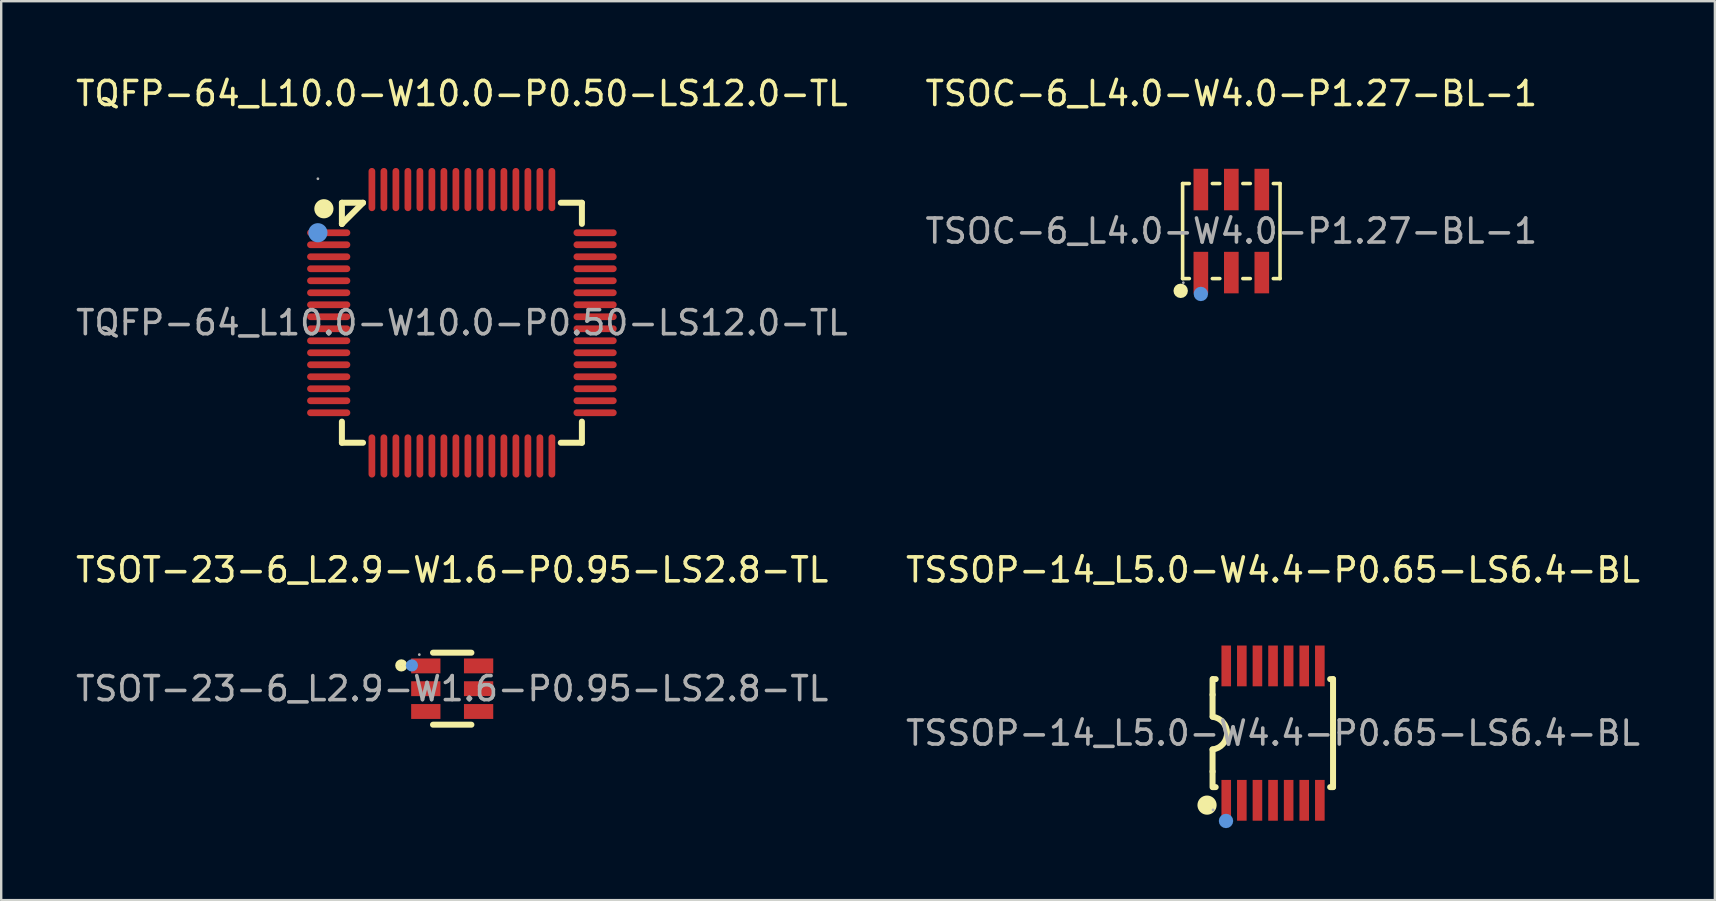
<source format=kicad_pcb>
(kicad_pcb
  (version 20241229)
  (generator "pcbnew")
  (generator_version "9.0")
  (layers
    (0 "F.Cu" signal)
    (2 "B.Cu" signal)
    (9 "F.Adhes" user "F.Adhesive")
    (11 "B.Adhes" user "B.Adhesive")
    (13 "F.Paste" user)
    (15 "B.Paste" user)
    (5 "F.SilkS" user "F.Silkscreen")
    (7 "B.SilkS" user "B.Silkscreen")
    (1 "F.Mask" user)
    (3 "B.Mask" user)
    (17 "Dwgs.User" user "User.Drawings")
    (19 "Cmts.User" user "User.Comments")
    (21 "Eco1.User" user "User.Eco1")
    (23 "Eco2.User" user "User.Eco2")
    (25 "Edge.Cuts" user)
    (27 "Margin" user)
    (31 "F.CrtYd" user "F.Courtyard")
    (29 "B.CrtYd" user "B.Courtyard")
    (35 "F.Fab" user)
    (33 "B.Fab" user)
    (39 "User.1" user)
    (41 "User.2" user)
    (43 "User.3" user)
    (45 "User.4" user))
  (footprint "TSOT-23-6_L2.9-W1.6-P0.95-LS2.8-TL"
    (layer "F.Cu")
    (at 15.792 25.646)
    (property "Reference" "TSOT-23-6_L2.9-W1.6-P0.95-LS2.8-TL" (at 0 -4.95 0) (layer "F.SilkS") (effects (font (size 1 1) (thickness 0.15))))
    (attr through_hole)
    (fp_line (start -0.8 -1.5) (end 0.8 -1.5) (stroke (width 0.25) (type solid)) (layer "F.SilkS"))
    (fp_line (start 0.8 1.5) (end -0.8 1.5) (stroke (width 0.25) (type solid)) (layer "F.SilkS"))
    (fp_circle (center -2.12 -0.97) (end -1.99 -0.97) (stroke (width 0.25) (type solid)) (fill no) (layer "F.SilkS"))
    (fp_circle (center -1.68 -0.97) (end -1.55 -0.97) (stroke (width 0.25) (type solid)) (fill no) (layer "Cmts.User"))
    (fp_circle (center -1.37 -1.42) (end -1.34 -1.42) (stroke (width 0.06) (type solid)) (fill no) (layer "F.Fab"))
    (fp_text user "${REFERENCE}" (at 0 0 0) (layer "F.Fab") (effects (font (size 1 1) (thickness 0.15))))
    (pad "1" smd rect (at -1.1 -0.95 180) (size 1.22 0.62) (layers "F.Cu" "F.Mask" "F.Paste"))
    (pad "2" smd rect (at -1.1 0 180) (size 1.22 0.62) (layers "F.Cu" "F.Mask" "F.Paste"))
    (pad "3" smd rect (at -1.1 0.95 180) (size 1.22 0.62) (layers "F.Cu" "F.Mask" "F.Paste"))
    (pad "4" smd rect (at 1.1 0.95) (size 1.22 0.62) (layers "F.Cu" "F.Mask" "F.Paste"))
    (pad "5" smd rect (at 1.1 0) (size 1.22 0.62) (layers "F.Cu" "F.Mask" "F.Paste"))
    (pad "6" smd rect (at 1.1 -0.95) (size 1.22 0.62) (layers "F.Cu" "F.Mask" "F.Paste")))
  (footprint "TSSOP-14_L5.0-W4.4-P0.65-LS6.4-BL"
    (layer "F.Cu")
    (at 49.994 27.497)
    (property "Reference" "TSSOP-14_L5.0-W4.4-P0.65-LS6.4-BL" (at 0 -6.8 0) (layer "F.SilkS") (effects (font (size 1 1) (thickness 0.15))))
    (attr through_hole)
    (fp_line (start -2.52 -1.6) (end -2.52 -2.25) (stroke (width 0.25) (type solid)) (layer "F.SilkS"))
    (fp_line (start -2.52 -0.69) (end -2.52 -1.6) (stroke (width 0.25) (type solid)) (layer "F.SilkS"))
    (fp_line (start -2.52 1.6) (end -2.52 0.68) (stroke (width 0.25) (type solid)) (layer "F.SilkS"))
    (fp_line (start -2.52 1.6) (end -2.52 2.25) (stroke (width 0.25) (type solid)) (layer "F.SilkS"))
    (fp_line (start -2.5 -2.25) (end -2.39 -2.25) (stroke (width 0.25) (type solid)) (layer "F.SilkS"))
    (fp_line (start -2.39 2.25) (end -2.5 2.25) (stroke (width 0.25) (type solid)) (layer "F.SilkS"))
    (fp_line (start 2.38 -2.25) (end 2.5 -2.25) (stroke (width 0.25) (type solid)) (layer "F.SilkS"))
    (fp_line (start 2.5 -2.25) (end 2.5 2.25) (stroke (width 0.25) (type solid)) (layer "F.SilkS"))
    (fp_line (start 2.5 2.25) (end 2.38 2.25) (stroke (width 0.25) (type solid)) (layer "F.SilkS"))
    (fp_arc (start -2.515488 -0.679454) (mid -1.915314 0.002272) (end -2.52 0.68) (stroke (width 0.25) (type solid)) (layer "F.SilkS"))
    (fp_circle (center -2.75 3) (end -2.55 3) (stroke (width 0.4) (type solid)) (fill no) (layer "F.SilkS"))
    (fp_circle (center -1.96 3.66) (end -1.81 3.66) (stroke (width 0.3) (type solid)) (fill no) (layer "Cmts.User"))
    (fp_circle (center -2.5 3.2) (end -2.47 3.2) (stroke (width 0.06) (type solid)) (fill no) (layer "F.Fab"))
    (fp_text user "${REFERENCE}" (at 0 0 0) (layer "F.Fab") (effects (font (size 1 1) (thickness 0.15))))
    (pad "1" smd rect (at -1.95 2.8) (size 0.4 1.7) (layers "F.Cu" "F.Mask" "F.Paste"))
    (pad "2" smd rect (at -1.3 2.8) (size 0.4 1.7) (layers "F.Cu" "F.Mask" "F.Paste"))
    (pad "3" smd rect (at -0.65 2.8) (size 0.4 1.7) (layers "F.Cu" "F.Mask" "F.Paste"))
    (pad "4" smd rect (at 0 2.8) (size 0.4 1.7) (layers "F.Cu" "F.Mask" "F.Paste"))
    (pad "5" smd rect (at 0.65 2.8) (size 0.4 1.7) (layers "F.Cu" "F.Mask" "F.Paste"))
    (pad "6" smd rect (at 1.3 2.8) (size 0.4 1.7) (layers "F.Cu" "F.Mask" "F.Paste"))
    (pad "7" smd rect (at 1.95 2.8) (size 0.4 1.7) (layers "F.Cu" "F.Mask" "F.Paste"))
    (pad "8" smd rect (at 1.95 -2.8) (size 0.4 1.7) (layers "F.Cu" "F.Mask" "F.Paste"))
    (pad "9" smd rect (at 1.3 -2.8) (size 0.4 1.7) (layers "F.Cu" "F.Mask" "F.Paste"))
    (pad "10" smd rect (at 0.65 -2.8) (size 0.4 1.7) (layers "F.Cu" "F.Mask" "F.Paste"))
    (pad "11" smd rect (at 0 -2.8) (size 0.4 1.7) (layers "F.Cu" "F.Mask" "F.Paste"))
    (pad "12" smd rect (at -0.65 -2.8) (size 0.4 1.7) (layers "F.Cu" "F.Mask" "F.Paste"))
    (pad "13" smd rect (at -1.3 -2.8) (size 0.4 1.7) (layers "F.Cu" "F.Mask" "F.Paste"))
    (pad "14" smd rect (at -1.95 -2.8) (size 0.4 1.7) (layers "F.Cu" "F.Mask" "F.Paste")))
  (footprint "TQFP-64_L10.0-W10.0-P0.50-LS12.0-TL"
    (layer "F.Cu")
    (at 16.196 10.398)
    (property "Reference" "TQFP-64_L10.0-W10.0-P0.50-LS12.0-TL" (at 0 -9.55 0) (layer "F.SilkS") (effects (font (size 1 1) (thickness 0.15))))
    (attr through_hole)
    (fp_line (start -5 -5) (end -4.12 -5) (stroke (width 0.25) (type solid)) (layer "F.SilkS"))
    (fp_line (start -5 -4.12) (end -5 -5) (stroke (width 0.25) (type solid)) (layer "F.SilkS"))
    (fp_line (start -5 -4.12) (end -5 -4.12) (stroke (width 0.25) (type solid)) (layer "F.SilkS"))
    (fp_line (start -5 -4.12) (end -4.12 -5) (stroke (width 0.25) (type solid)) (layer "F.SilkS"))
    (fp_line (start -5 5) (end -5 4.12) (stroke (width 0.25) (type solid)) (layer "F.SilkS"))
    (fp_line (start -4.12 5) (end -5 5) (stroke (width 0.25) (type solid)) (layer "F.SilkS"))
    (fp_line (start 4.12 -5) (end 5 -5) (stroke (width 0.25) (type solid)) (layer "F.SilkS"))
    (fp_line (start 5 -5) (end 5 -4.12) (stroke (width 0.25) (type solid)) (layer "F.SilkS"))
    (fp_line (start 5 4.12) (end 5 5) (stroke (width 0.25) (type solid)) (layer "F.SilkS"))
    (fp_line (start 5 5) (end 4.12 5) (stroke (width 0.25) (type solid)) (layer "F.SilkS"))
    (fp_circle (center -5.75 -4.75) (end -5.55 -4.75) (stroke (width 0.4) (type solid)) (fill no) (layer "F.SilkS"))
    (fp_circle (center -6 -3.75) (end -5.8 -3.75) (stroke (width 0.4) (type solid)) (fill no) (layer "Cmts.User"))
    (fp_circle (center -6 -6) (end -5.97 -6) (stroke (width 0.06) (type solid)) (fill no) (layer "F.Fab"))
    (fp_text user "${REFERENCE}" (at 0 0 0) (layer "F.Fab") (effects (font (size 1 1) (thickness 0.15))))
    (pad "1" smd oval (at -5.55 -3.75 90) (size 0.28 1.8) (layers "F.Cu" "F.Mask" "F.Paste"))
    (pad "2" smd oval (at -5.55 -3.25 90) (size 0.28 1.8) (layers "F.Cu" "F.Mask" "F.Paste"))
    (pad "3" smd oval (at -5.55 -2.75 90) (size 0.28 1.8) (layers "F.Cu" "F.Mask" "F.Paste"))
    (pad "4" smd oval (at -5.55 -2.25 90) (size 0.28 1.8) (layers "F.Cu" "F.Mask" "F.Paste"))
    (pad "5" smd oval (at -5.55 -1.75 90) (size 0.28 1.8) (layers "F.Cu" "F.Mask" "F.Paste"))
    (pad "6" smd oval (at -5.55 -1.25 90) (size 0.28 1.8) (layers "F.Cu" "F.Mask" "F.Paste"))
    (pad "7" smd oval (at -5.55 -0.75 90) (size 0.28 1.8) (layers "F.Cu" "F.Mask" "F.Paste"))
    (pad "8" smd oval (at -5.55 -0.25 90) (size 0.28 1.8) (layers "F.Cu" "F.Mask" "F.Paste"))
    (pad "9" smd oval (at -5.55 0.25 90) (size 0.28 1.8) (layers "F.Cu" "F.Mask" "F.Paste"))
    (pad "10" smd oval (at -5.55 0.75 90) (size 0.28 1.8) (layers "F.Cu" "F.Mask" "F.Paste"))
    (pad "11" smd oval (at -5.55 1.25 90) (size 0.28 1.8) (layers "F.Cu" "F.Mask" "F.Paste"))
    (pad "12" smd oval (at -5.55 1.75 90) (size 0.28 1.8) (layers "F.Cu" "F.Mask" "F.Paste"))
    (pad "13" smd oval (at -5.55 2.25 90) (size 0.28 1.8) (layers "F.Cu" "F.Mask" "F.Paste"))
    (pad "14" smd oval (at -5.55 2.75 90) (size 0.28 1.8) (layers "F.Cu" "F.Mask" "F.Paste"))
    (pad "15" smd oval (at -5.55 3.25 90) (size 0.28 1.8) (layers "F.Cu" "F.Mask" "F.Paste"))
    (pad "16" smd oval (at -5.55 3.75 90) (size 0.28 1.8) (layers "F.Cu" "F.Mask" "F.Paste"))
    (pad "17" smd oval (at -3.75 5.55) (size 0.28 1.8) (layers "F.Cu" "F.Mask" "F.Paste"))
    (pad "18" smd oval (at -3.25 5.55) (size 0.28 1.8) (layers "F.Cu" "F.Mask" "F.Paste"))
    (pad "19" smd oval (at -2.75 5.55) (size 0.28 1.8) (layers "F.Cu" "F.Mask" "F.Paste"))
    (pad "20" smd oval (at -2.25 5.55) (size 0.28 1.8) (layers "F.Cu" "F.Mask" "F.Paste"))
    (pad "21" smd oval (at -1.75 5.55) (size 0.28 1.8) (layers "F.Cu" "F.Mask" "F.Paste"))
    (pad "22" smd oval (at -1.25 5.55) (size 0.28 1.8) (layers "F.Cu" "F.Mask" "F.Paste"))
    (pad "23" smd oval (at -0.75 5.55) (size 0.28 1.8) (layers "F.Cu" "F.Mask" "F.Paste"))
    (pad "24" smd oval (at -0.25 5.55) (size 0.28 1.8) (layers "F.Cu" "F.Mask" "F.Paste"))
    (pad "25" smd oval (at 0.25 5.55) (size 0.28 1.8) (layers "F.Cu" "F.Mask" "F.Paste"))
    (pad "26" smd oval (at 0.75 5.55) (size 0.28 1.8) (layers "F.Cu" "F.Mask" "F.Paste"))
    (pad "27" smd oval (at 1.25 5.55) (size 0.28 1.8) (layers "F.Cu" "F.Mask" "F.Paste"))
    (pad "28" smd oval (at 1.75 5.55) (size 0.28 1.8) (layers "F.Cu" "F.Mask" "F.Paste"))
    (pad "29" smd oval (at 2.25 5.55) (size 0.28 1.8) (layers "F.Cu" "F.Mask" "F.Paste"))
    (pad "30" smd oval (at 2.75 5.55) (size 0.28 1.8) (layers "F.Cu" "F.Mask" "F.Paste"))
    (pad "31" smd oval (at 3.25 5.55) (size 0.28 1.8) (layers "F.Cu" "F.Mask" "F.Paste"))
    (pad "32" smd oval (at 3.75 5.55) (size 0.28 1.8) (layers "F.Cu" "F.Mask" "F.Paste"))
    (pad "33" smd oval (at 5.55 3.75 90) (size 0.28 1.8) (layers "F.Cu" "F.Mask" "F.Paste"))
    (pad "34" smd oval (at 5.55 3.25 90) (size 0.28 1.8) (layers "F.Cu" "F.Mask" "F.Paste"))
    (pad "35" smd oval (at 5.55 2.75 90) (size 0.28 1.8) (layers "F.Cu" "F.Mask" "F.Paste"))
    (pad "36" smd oval (at 5.55 2.25 90) (size 0.28 1.8) (layers "F.Cu" "F.Mask" "F.Paste"))
    (pad "37" smd oval (at 5.55 1.75 90) (size 0.28 1.8) (layers "F.Cu" "F.Mask" "F.Paste"))
    (pad "38" smd oval (at 5.55 1.25 90) (size 0.28 1.8) (layers "F.Cu" "F.Mask" "F.Paste"))
    (pad "39" smd oval (at 5.55 0.75 90) (size 0.28 1.8) (layers "F.Cu" "F.Mask" "F.Paste"))
    (pad "40" smd oval (at 5.55 0.25 90) (size 0.28 1.8) (layers "F.Cu" "F.Mask" "F.Paste"))
    (pad "41" smd oval (at 5.55 -0.25 90) (size 0.28 1.8) (layers "F.Cu" "F.Mask" "F.Paste"))
    (pad "42" smd oval (at 5.55 -0.75 90) (size 0.28 1.8) (layers "F.Cu" "F.Mask" "F.Paste"))
    (pad "43" smd oval (at 5.55 -1.25 90) (size 0.28 1.8) (layers "F.Cu" "F.Mask" "F.Paste"))
    (pad "44" smd oval (at 5.55 -1.75 90) (size 0.28 1.8) (layers "F.Cu" "F.Mask" "F.Paste"))
    (pad "45" smd oval (at 5.55 -2.25 90) (size 0.28 1.8) (layers "F.Cu" "F.Mask" "F.Paste"))
    (pad "46" smd oval (at 5.55 -2.75 90) (size 0.28 1.8) (layers "F.Cu" "F.Mask" "F.Paste"))
    (pad "47" smd oval (at 5.55 -3.25 90) (size 0.28 1.8) (layers "F.Cu" "F.Mask" "F.Paste"))
    (pad "48" smd oval (at 5.55 -3.75 90) (size 0.28 1.8) (layers "F.Cu" "F.Mask" "F.Paste"))
    (pad "49" smd oval (at 3.75 -5.55) (size 0.28 1.8) (layers "F.Cu" "F.Mask" "F.Paste"))
    (pad "50" smd oval (at 3.25 -5.55) (size 0.28 1.8) (layers "F.Cu" "F.Mask" "F.Paste"))
    (pad "51" smd oval (at 2.75 -5.55) (size 0.28 1.8) (layers "F.Cu" "F.Mask" "F.Paste"))
    (pad "52" smd oval (at 2.25 -5.55) (size 0.28 1.8) (layers "F.Cu" "F.Mask" "F.Paste"))
    (pad "53" smd oval (at 1.75 -5.55) (size 0.28 1.8) (layers "F.Cu" "F.Mask" "F.Paste"))
    (pad "54" smd oval (at 1.25 -5.55) (size 0.28 1.8) (layers "F.Cu" "F.Mask" "F.Paste"))
    (pad "55" smd oval (at 0.75 -5.55) (size 0.28 1.8) (layers "F.Cu" "F.Mask" "F.Paste"))
    (pad "56" smd oval (at 0.25 -5.55) (size 0.28 1.8) (layers "F.Cu" "F.Mask" "F.Paste"))
    (pad "57" smd oval (at -0.25 -5.55) (size 0.28 1.8) (layers "F.Cu" "F.Mask" "F.Paste"))
    (pad "58" smd oval (at -0.75 -5.55) (size 0.28 1.8) (layers "F.Cu" "F.Mask" "F.Paste"))
    (pad "59" smd oval (at -1.25 -5.55) (size 0.28 1.8) (layers "F.Cu" "F.Mask" "F.Paste"))
    (pad "60" smd oval (at -1.75 -5.55) (size 0.28 1.8) (layers "F.Cu" "F.Mask" "F.Paste"))
    (pad "61" smd oval (at -2.25 -5.55) (size 0.28 1.8) (layers "F.Cu" "F.Mask" "F.Paste"))
    (pad "62" smd oval (at -2.75 -5.55) (size 0.28 1.8) (layers "F.Cu" "F.Mask" "F.Paste"))
    (pad "63" smd oval (at -3.25 -5.55) (size 0.28 1.8) (layers "F.Cu" "F.Mask" "F.Paste"))
    (pad "64" smd oval (at -3.75 -5.55) (size 0.28 1.8) (layers "F.Cu" "F.Mask" "F.Paste")))
  (footprint "TSOC-6_L4.0-W4.0-P1.27-BL-1"
    (layer "F.Cu")
    (at 48.256 6.578)
    (property "Reference" "TSOC-6_L4.0-W4.0-P1.27-BL-1" (at 0 -5.73 0) (layer "F.SilkS") (effects (font (size 1 1) (thickness 0.15))))
    (attr through_hole)
    (fp_line (start -2.03 -1.98) (end -2.03 1.98) (stroke (width 0.15) (type solid)) (layer "F.SilkS"))
    (fp_line (start -2.03 -1.98) (end -1.75 -1.98) (stroke (width 0.15) (type solid)) (layer "F.SilkS"))
    (fp_line (start -2.03 1.98) (end -1.75 1.98) (stroke (width 0.15) (type solid)) (layer "F.SilkS"))
    (fp_line (start -0.79 -1.98) (end -0.48 -1.98) (stroke (width 0.15) (type solid)) (layer "F.SilkS"))
    (fp_line (start -0.79 1.98) (end -0.48 1.98) (stroke (width 0.15) (type solid)) (layer "F.SilkS"))
    (fp_line (start 0.48 -1.98) (end 0.79 -1.98) (stroke (width 0.15) (type solid)) (layer "F.SilkS"))
    (fp_line (start 0.48 1.98) (end 0.79 1.98) (stroke (width 0.15) (type solid)) (layer "F.SilkS"))
    (fp_line (start 1.75 -1.98) (end 2.03 -1.98) (stroke (width 0.15) (type solid)) (layer "F.SilkS"))
    (fp_line (start 1.75 1.98) (end 2.03 1.98) (stroke (width 0.15) (type solid)) (layer "F.SilkS"))
    (fp_line (start 2.03 1.98) (end 2.03 -1.98) (stroke (width 0.15) (type solid)) (layer "F.SilkS"))
    (fp_circle (center -2.11 2.49) (end -1.96 2.49) (stroke (width 0.3) (type solid)) (fill no) (layer "F.SilkS"))
    (fp_circle (center -1.27 2.62) (end -1.12 2.62) (stroke (width 0.3) (type solid)) (fill no) (layer "Cmts.User"))
    (fp_circle (center -2 2.15) (end -1.97 2.15) (stroke (width 0.06) (type solid)) (fill no) (layer "F.Fab"))
    (fp_text user "${REFERENCE}" (at 0 0 0) (layer "F.Fab") (effects (font (size 1 1) (thickness 0.15))))
    (pad "1" smd rect (at -1.27 1.73) (size 0.61 1.73) (layers "F.Cu" "F.Mask" "F.Paste"))
    (pad "2" smd rect (at 0 1.73) (size 0.61 1.73) (layers "F.Cu" "F.Mask" "F.Paste"))
    (pad "3" smd rect (at 1.27 1.73) (size 0.61 1.73) (layers "F.Cu" "F.Mask" "F.Paste"))
    (pad "4" smd rect (at 1.27 -1.73) (size 0.61 1.73) (layers "F.Cu" "F.Mask" "F.Paste"))
    (pad "5" smd rect (at 0 -1.73) (size 0.61 1.73) (layers "F.Cu" "F.Mask" "F.Paste"))
    (pad "6" smd rect (at -1.27 -1.73) (size 0.61 1.73) (layers "F.Cu" "F.Mask" "F.Paste")))
  (gr_rect
    (start -3 -3)
    (end 68.405 34.456)
    (stroke (width 0.1) (type default))
    (fill no)
    (layer "Edge.Cuts")))
</source>
